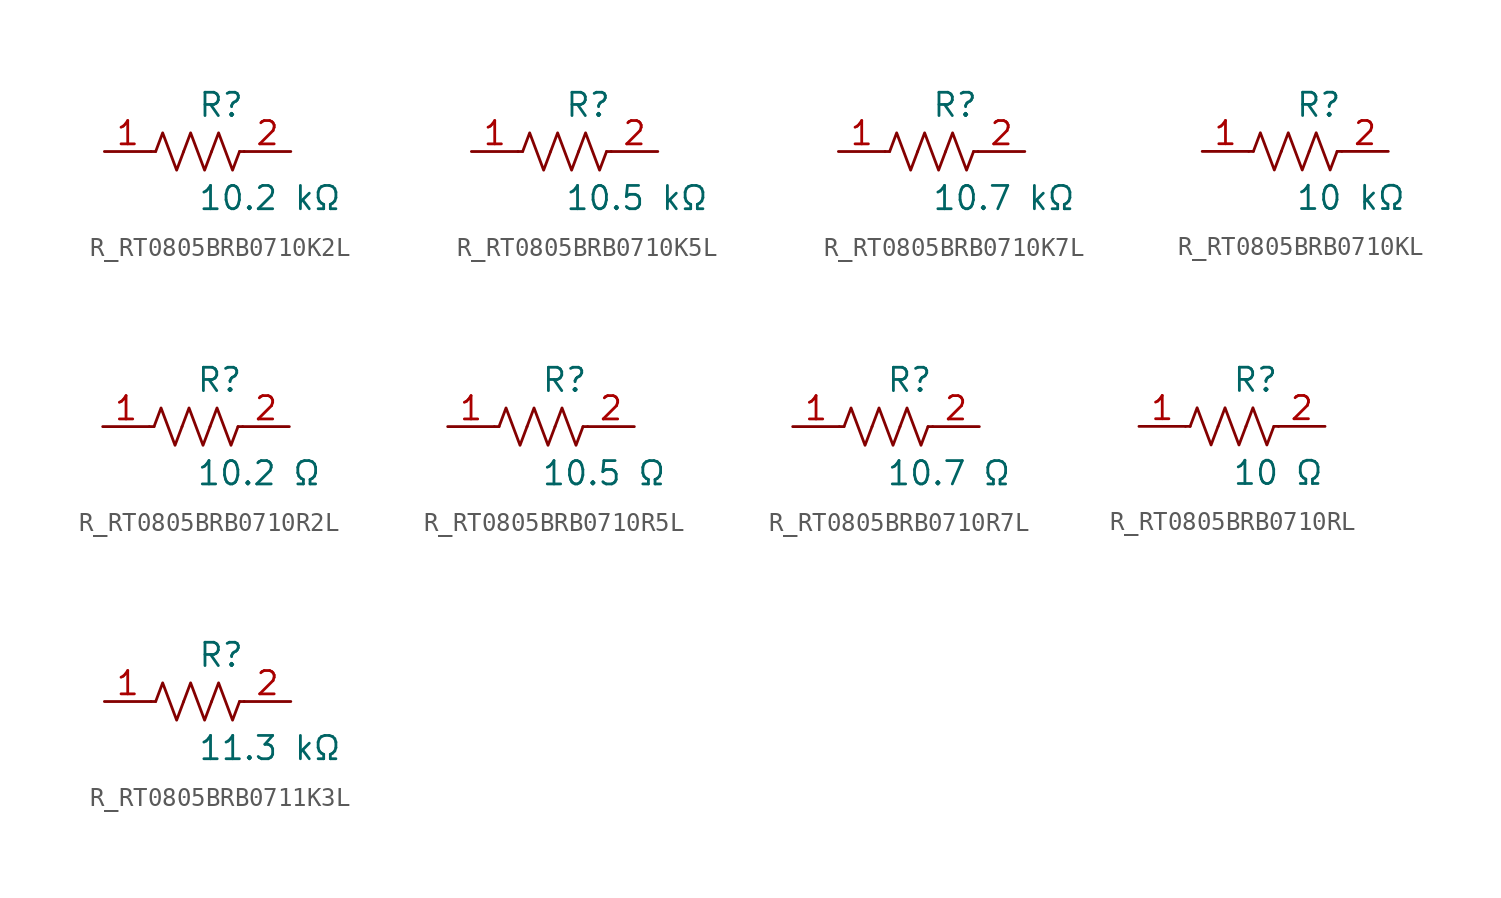
<source format=kicad_sym>
(kicad_symbol_lib
  (version 20231120)
  (generator kicad_symbol_editor)
  (generator_version 8.0)
  (symbol "R_RT0805BRB0710K2L"
    (pin_names
      (offset 0.254))
    (property "Reference" "R"
      (at 0 2.54 0)
      (effects (font (size 1.27 1.27)) (justify left)))
    (property "Value" "10.2 kΩ"
      (at 0 -2.54 0)
      (effects (font (size 1.27 1.27)) (justify left)))
    (symbol "R_RT0805BRB0710K2L_0_1"
      (polyline (pts (xy 2.286 0) (xy 2.54 0)) (stroke (width 0) (type default)) (fill (type none)))
      (polyline (pts (xy -2.286 0) (xy -2.54 0)) (stroke (width 0) (type default)) (fill (type none)))
      (polyline (pts (xy 0.762 0) (xy 1.143 1.016) (xy 1.524 0) (xy 1.905 -1.016) (xy 2.286 0)) (stroke (width 0) (type default)) (fill (type none)))
      (polyline (pts (xy -0.762 0) (xy -0.381 1.016) (xy 0 0) (xy 0.381 -1.016) (xy 0.762 0)) (stroke (width 0) (type default)) (fill (type none)))
      (polyline (pts (xy -2.286 0) (xy -1.905 1.016) (xy -1.524 0) (xy -1.143 -1.016) (xy -0.762 0)) (stroke (width 0) (type default)) (fill (type none))))
    (pin unspecified line
      (at -5.08 0 0)
      (length 2.54)
      (name "" (effects (font (size 1.27 1.27))))
      (number "1" (effects (font (size 1.27 1.27)))))
    (pin unspecified line
      (at 5.08 0 180)
      (length 2.54)
      (name "" (effects (font (size 1.27 1.27))))
      (number "2" (effects (font (size 1.27 1.27))))))
  (symbol "R_RT0805BRB0710K5L"
    (pin_names
      (offset 0.254))
    (property "Reference" "R"
      (at 0 2.54 0)
      (effects (font (size 1.27 1.27)) (justify left)))
    (property "Value" "10.5 kΩ"
      (at 0 -2.54 0)
      (effects (font (size 1.27 1.27)) (justify left)))
    (symbol "R_RT0805BRB0710K5L_0_1"
      (polyline (pts (xy 2.286 0) (xy 2.54 0)) (stroke (width 0) (type default)) (fill (type none)))
      (polyline (pts (xy -2.286 0) (xy -2.54 0)) (stroke (width 0) (type default)) (fill (type none)))
      (polyline (pts (xy 0.762 0) (xy 1.143 1.016) (xy 1.524 0) (xy 1.905 -1.016) (xy 2.286 0)) (stroke (width 0) (type default)) (fill (type none)))
      (polyline (pts (xy -0.762 0) (xy -0.381 1.016) (xy 0 0) (xy 0.381 -1.016) (xy 0.762 0)) (stroke (width 0) (type default)) (fill (type none)))
      (polyline (pts (xy -2.286 0) (xy -1.905 1.016) (xy -1.524 0) (xy -1.143 -1.016) (xy -0.762 0)) (stroke (width 0) (type default)) (fill (type none))))
    (pin unspecified line
      (at -5.08 0 0)
      (length 2.54)
      (name "" (effects (font (size 1.27 1.27))))
      (number "1" (effects (font (size 1.27 1.27)))))
    (pin unspecified line
      (at 5.08 0 180)
      (length 2.54)
      (name "" (effects (font (size 1.27 1.27))))
      (number "2" (effects (font (size 1.27 1.27))))))
  (symbol "R_RT0805BRB0710K7L"
    (pin_names
      (offset 0.254))
    (property "Reference" "R"
      (at 0 2.54 0)
      (effects (font (size 1.27 1.27)) (justify left)))
    (property "Value" "10.7 kΩ"
      (at 0 -2.54 0)
      (effects (font (size 1.27 1.27)) (justify left)))
    (symbol "R_RT0805BRB0710K7L_0_1"
      (polyline (pts (xy 2.286 0) (xy 2.54 0)) (stroke (width 0) (type default)) (fill (type none)))
      (polyline (pts (xy -2.286 0) (xy -2.54 0)) (stroke (width 0) (type default)) (fill (type none)))
      (polyline (pts (xy 0.762 0) (xy 1.143 1.016) (xy 1.524 0) (xy 1.905 -1.016) (xy 2.286 0)) (stroke (width 0) (type default)) (fill (type none)))
      (polyline (pts (xy -0.762 0) (xy -0.381 1.016) (xy 0 0) (xy 0.381 -1.016) (xy 0.762 0)) (stroke (width 0) (type default)) (fill (type none)))
      (polyline (pts (xy -2.286 0) (xy -1.905 1.016) (xy -1.524 0) (xy -1.143 -1.016) (xy -0.762 0)) (stroke (width 0) (type default)) (fill (type none))))
    (pin unspecified line
      (at -5.08 0 0)
      (length 2.54)
      (name "" (effects (font (size 1.27 1.27))))
      (number "1" (effects (font (size 1.27 1.27)))))
    (pin unspecified line
      (at 5.08 0 180)
      (length 2.54)
      (name "" (effects (font (size 1.27 1.27))))
      (number "2" (effects (font (size 1.27 1.27))))))
  (symbol "R_RT0805BRB0710KL"
    (pin_names
      (offset 0.254))
    (property "Reference" "R"
      (at 0 2.54 0)
      (effects (font (size 1.27 1.27)) (justify left)))
    (property "Value" "10 kΩ"
      (at 0 -2.54 0)
      (effects (font (size 1.27 1.27)) (justify left)))
    (symbol "R_RT0805BRB0710KL_0_1"
      (polyline (pts (xy 2.286 0) (xy 2.54 0)) (stroke (width 0) (type default)) (fill (type none)))
      (polyline (pts (xy -2.286 0) (xy -2.54 0)) (stroke (width 0) (type default)) (fill (type none)))
      (polyline (pts (xy 0.762 0) (xy 1.143 1.016) (xy 1.524 0) (xy 1.905 -1.016) (xy 2.286 0)) (stroke (width 0) (type default)) (fill (type none)))
      (polyline (pts (xy -0.762 0) (xy -0.381 1.016) (xy 0 0) (xy 0.381 -1.016) (xy 0.762 0)) (stroke (width 0) (type default)) (fill (type none)))
      (polyline (pts (xy -2.286 0) (xy -1.905 1.016) (xy -1.524 0) (xy -1.143 -1.016) (xy -0.762 0)) (stroke (width 0) (type default)) (fill (type none))))
    (pin unspecified line
      (at -5.08 0 0)
      (length 2.54)
      (name "" (effects (font (size 1.27 1.27))))
      (number "1" (effects (font (size 1.27 1.27)))))
    (pin unspecified line
      (at 5.08 0 180)
      (length 2.54)
      (name "" (effects (font (size 1.27 1.27))))
      (number "2" (effects (font (size 1.27 1.27))))))
  (symbol "R_RT0805BRB0710R2L"
    (pin_names
      (offset 0.254))
    (property "Reference" "R"
      (at 0 2.54 0)
      (effects (font (size 1.27 1.27)) (justify left)))
    (property "Value" "10.2 Ω"
      (at 0 -2.54 0)
      (effects (font (size 1.27 1.27)) (justify left)))
    (symbol "R_RT0805BRB0710R2L_0_1"
      (polyline (pts (xy 2.286 0) (xy 2.54 0)) (stroke (width 0) (type default)) (fill (type none)))
      (polyline (pts (xy -2.286 0) (xy -2.54 0)) (stroke (width 0) (type default)) (fill (type none)))
      (polyline (pts (xy 0.762 0) (xy 1.143 1.016) (xy 1.524 0) (xy 1.905 -1.016) (xy 2.286 0)) (stroke (width 0) (type default)) (fill (type none)))
      (polyline (pts (xy -0.762 0) (xy -0.381 1.016) (xy 0 0) (xy 0.381 -1.016) (xy 0.762 0)) (stroke (width 0) (type default)) (fill (type none)))
      (polyline (pts (xy -2.286 0) (xy -1.905 1.016) (xy -1.524 0) (xy -1.143 -1.016) (xy -0.762 0)) (stroke (width 0) (type default)) (fill (type none))))
    (pin unspecified line
      (at -5.08 0 0)
      (length 2.54)
      (name "" (effects (font (size 1.27 1.27))))
      (number "1" (effects (font (size 1.27 1.27)))))
    (pin unspecified line
      (at 5.08 0 180)
      (length 2.54)
      (name "" (effects (font (size 1.27 1.27))))
      (number "2" (effects (font (size 1.27 1.27))))))
  (symbol "R_RT0805BRB0710R5L"
    (pin_names
      (offset 0.254))
    (property "Reference" "R"
      (at 0 2.54 0)
      (effects (font (size 1.27 1.27)) (justify left)))
    (property "Value" "10.5 Ω"
      (at 0 -2.54 0)
      (effects (font (size 1.27 1.27)) (justify left)))
    (symbol "R_RT0805BRB0710R5L_0_1"
      (polyline (pts (xy 2.286 0) (xy 2.54 0)) (stroke (width 0) (type default)) (fill (type none)))
      (polyline (pts (xy -2.286 0) (xy -2.54 0)) (stroke (width 0) (type default)) (fill (type none)))
      (polyline (pts (xy 0.762 0) (xy 1.143 1.016) (xy 1.524 0) (xy 1.905 -1.016) (xy 2.286 0)) (stroke (width 0) (type default)) (fill (type none)))
      (polyline (pts (xy -0.762 0) (xy -0.381 1.016) (xy 0 0) (xy 0.381 -1.016) (xy 0.762 0)) (stroke (width 0) (type default)) (fill (type none)))
      (polyline (pts (xy -2.286 0) (xy -1.905 1.016) (xy -1.524 0) (xy -1.143 -1.016) (xy -0.762 0)) (stroke (width 0) (type default)) (fill (type none))))
    (pin unspecified line
      (at -5.08 0 0)
      (length 2.54)
      (name "" (effects (font (size 1.27 1.27))))
      (number "1" (effects (font (size 1.27 1.27)))))
    (pin unspecified line
      (at 5.08 0 180)
      (length 2.54)
      (name "" (effects (font (size 1.27 1.27))))
      (number "2" (effects (font (size 1.27 1.27))))))
  (symbol "R_RT0805BRB0710R7L"
    (pin_names
      (offset 0.254))
    (property "Reference" "R"
      (at 0 2.54 0)
      (effects (font (size 1.27 1.27)) (justify left)))
    (property "Value" "10.7 Ω"
      (at 0 -2.54 0)
      (effects (font (size 1.27 1.27)) (justify left)))
    (symbol "R_RT0805BRB0710R7L_0_1"
      (polyline (pts (xy 2.286 0) (xy 2.54 0)) (stroke (width 0) (type default)) (fill (type none)))
      (polyline (pts (xy -2.286 0) (xy -2.54 0)) (stroke (width 0) (type default)) (fill (type none)))
      (polyline (pts (xy 0.762 0) (xy 1.143 1.016) (xy 1.524 0) (xy 1.905 -1.016) (xy 2.286 0)) (stroke (width 0) (type default)) (fill (type none)))
      (polyline (pts (xy -0.762 0) (xy -0.381 1.016) (xy 0 0) (xy 0.381 -1.016) (xy 0.762 0)) (stroke (width 0) (type default)) (fill (type none)))
      (polyline (pts (xy -2.286 0) (xy -1.905 1.016) (xy -1.524 0) (xy -1.143 -1.016) (xy -0.762 0)) (stroke (width 0) (type default)) (fill (type none))))
    (pin unspecified line
      (at -5.08 0 0)
      (length 2.54)
      (name "" (effects (font (size 1.27 1.27))))
      (number "1" (effects (font (size 1.27 1.27)))))
    (pin unspecified line
      (at 5.08 0 180)
      (length 2.54)
      (name "" (effects (font (size 1.27 1.27))))
      (number "2" (effects (font (size 1.27 1.27))))))
  (symbol "R_RT0805BRB0710RL"
    (pin_names
      (offset 0.254))
    (property "Reference" "R"
      (at 0 2.54 0)
      (effects (font (size 1.27 1.27)) (justify left)))
    (property "Value" "10 Ω"
      (at 0 -2.54 0)
      (effects (font (size 1.27 1.27)) (justify left)))
    (symbol "R_RT0805BRB0710RL_0_1"
      (polyline (pts (xy 2.286 0) (xy 2.54 0)) (stroke (width 0) (type default)) (fill (type none)))
      (polyline (pts (xy -2.286 0) (xy -2.54 0)) (stroke (width 0) (type default)) (fill (type none)))
      (polyline (pts (xy 0.762 0) (xy 1.143 1.016) (xy 1.524 0) (xy 1.905 -1.016) (xy 2.286 0)) (stroke (width 0) (type default)) (fill (type none)))
      (polyline (pts (xy -0.762 0) (xy -0.381 1.016) (xy 0 0) (xy 0.381 -1.016) (xy 0.762 0)) (stroke (width 0) (type default)) (fill (type none)))
      (polyline (pts (xy -2.286 0) (xy -1.905 1.016) (xy -1.524 0) (xy -1.143 -1.016) (xy -0.762 0)) (stroke (width 0) (type default)) (fill (type none))))
    (pin unspecified line
      (at -5.08 0 0)
      (length 2.54)
      (name "" (effects (font (size 1.27 1.27))))
      (number "1" (effects (font (size 1.27 1.27)))))
    (pin unspecified line
      (at 5.08 0 180)
      (length 2.54)
      (name "" (effects (font (size 1.27 1.27))))
      (number "2" (effects (font (size 1.27 1.27))))))
  (symbol "R_RT0805BRB0711K3L"
    (pin_names
      (offset 0.254))
    (property "Reference" "R"
      (at 0 2.54 0)
      (effects (font (size 1.27 1.27)) (justify left)))
    (property "Value" "11.3 kΩ"
      (at 0 -2.54 0)
      (effects (font (size 1.27 1.27)) (justify left)))
    (symbol "R_RT0805BRB0711K3L_0_1"
      (polyline (pts (xy 2.286 0) (xy 2.54 0)) (stroke (width 0) (type default)) (fill (type none)))
      (polyline (pts (xy -2.286 0) (xy -2.54 0)) (stroke (width 0) (type default)) (fill (type none)))
      (polyline (pts (xy 0.762 0) (xy 1.143 1.016) (xy 1.524 0) (xy 1.905 -1.016) (xy 2.286 0)) (stroke (width 0) (type default)) (fill (type none)))
      (polyline (pts (xy -0.762 0) (xy -0.381 1.016) (xy 0 0) (xy 0.381 -1.016) (xy 0.762 0)) (stroke (width 0) (type default)) (fill (type none)))
      (polyline (pts (xy -2.286 0) (xy -1.905 1.016) (xy -1.524 0) (xy -1.143 -1.016) (xy -0.762 0)) (stroke (width 0) (type default)) (fill (type none))))
    (pin unspecified line
      (at -5.08 0 0)
      (length 2.54)
      (name "" (effects (font (size 1.27 1.27))))
      (number "1" (effects (font (size 1.27 1.27)))))
    (pin unspecified line
      (at 5.08 0 180)
      (length 2.54)
      (name "" (effects (font (size 1.27 1.27))))
      (number "2" (effects (font (size 1.27 1.27)))))))
</source>
